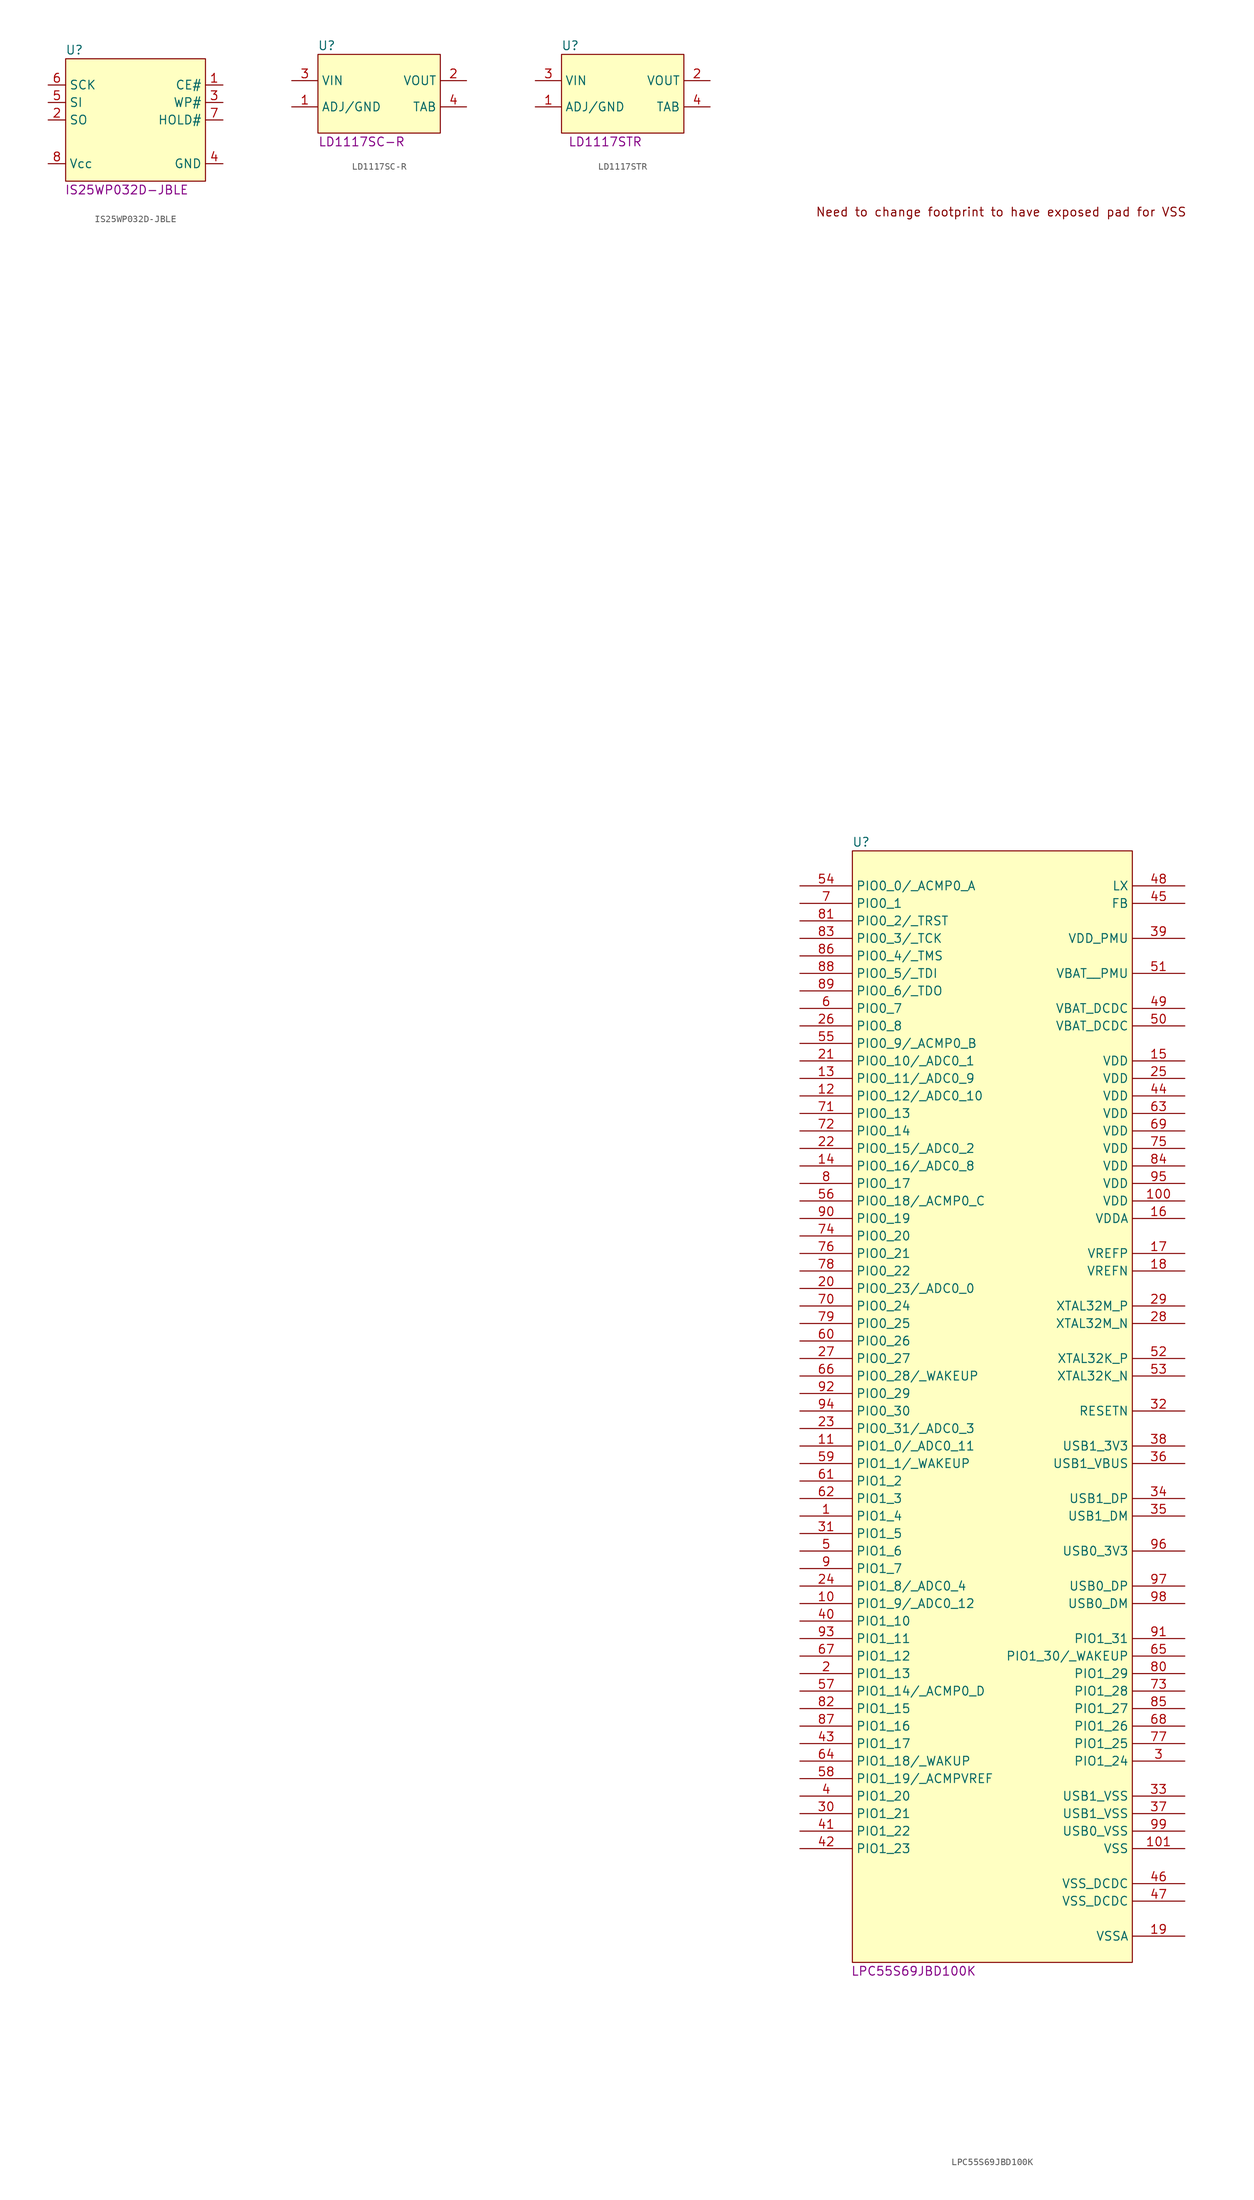
<source format=kicad_sym>
(kicad_symbol_lib
  (version 20231120)
  (generator "kicad_symbol_editor")
  (generator_version "8.0")
  (symbol "IS25WP032D-JBLE"
    (property "Reference" "U"
      (at -8.89 5.08 0)
      (effects (font (size 1.27 1.27))))
    (property "Display Value" "IS25WP032D-JBLE"
      (at -1.27 -15.24 0)
      (effects (font (size 1.27 1.27))))
    (symbol "IS25WP032D-JBLE_1_1"
      (rectangle (start -10.16 3.81) (end 10.16 -13.97) (stroke (width 0) (type default)) (fill (type background)))
      (pin unspecified line (at 12.7 0 180) (length 2.54) (name "CE#" (effects (font (size 1.27 1.27)))) (number "1" (effects (font (size 1.27 1.27)))))
      (pin unspecified line (at -12.7 -5.08 0) (length 2.54) (name "SO" (effects (font (size 1.27 1.27)))) (number "2" (effects (font (size 1.27 1.27)))))
      (pin unspecified line (at 12.7 -2.54 180) (length 2.54) (name "WP#" (effects (font (size 1.27 1.27)))) (number "3" (effects (font (size 1.27 1.27)))))
      (pin unspecified line (at 12.7 -11.43 180) (length 2.54) (name "GND" (effects (font (size 1.27 1.27)))) (number "4" (effects (font (size 1.27 1.27)))))
      (pin unspecified line (at -12.7 -2.54 0) (length 2.54) (name "SI" (effects (font (size 1.27 1.27)))) (number "5" (effects (font (size 1.27 1.27)))))
      (pin unspecified line (at -12.7 0 0) (length 2.54) (name "SCK" (effects (font (size 1.27 1.27)))) (number "6" (effects (font (size 1.27 1.27)))))
      (pin unspecified line (at 12.7 -5.08 180) (length 2.54) (name "HOLD#" (effects (font (size 1.27 1.27)))) (number "7" (effects (font (size 1.27 1.27)))))
      (pin unspecified line (at -12.7 -11.43 0) (length 2.54) (name "Vcc" (effects (font (size 1.27 1.27)))) (number "8" (effects (font (size 1.27 1.27)))))))
  (symbol "LD1117SC-R"
    (property "Reference" "U"
      (at -7.62 6.35 0)
      (effects (font (size 1.27 1.27))))
    (property "Display Value" "LD1117SC-R"
      (at -2.54 -7.62 0)
      (effects (font (size 1.27 1.27))))
    (symbol "LD1117SC-R_1_1"
      (rectangle (start -8.89 5.08) (end 8.89 -6.35) (stroke (width 0) (type default)) (fill (type background)))
      (pin unspecified line (at -12.7 -2.54 0) (length 3.81) (name "ADJ/GND" (effects (font (size 1.27 1.27)))) (number "1" (effects (font (size 1.27 1.27)))))
      (pin unspecified line (at 12.7 1.27 180) (length 3.81) (name "VOUT" (effects (font (size 1.27 1.27)))) (number "2" (effects (font (size 1.27 1.27)))))
      (pin unspecified line (at -12.7 1.27 0) (length 3.81) (name "VIN" (effects (font (size 1.27 1.27)))) (number "3" (effects (font (size 1.27 1.27)))))
      (pin unspecified line (at 12.7 -2.54 180) (length 3.81) (name "TAB" (effects (font (size 1.27 1.27)))) (number "4" (effects (font (size 1.27 1.27)))))))
  (symbol "LD1117STR"
    (property "Reference" "U"
      (at -7.62 6.35 0)
      (effects (font (size 1.27 1.27))))
    (property "Display Value" "LD1117STR"
      (at -2.54 -7.62 0)
      (effects (font (size 1.27 1.27))))
    (symbol "LD1117STR_1_1"
      (rectangle (start -8.89 5.08) (end 8.89 -6.35) (stroke (width 0) (type default)) (fill (type background)))
      (pin unspecified line (at -12.7 -2.54 0) (length 3.81) (name "ADJ/GND" (effects (font (size 1.27 1.27)))) (number "1" (effects (font (size 1.27 1.27)))))
      (pin unspecified line (at 12.7 1.27 180) (length 3.81) (name "VOUT" (effects (font (size 1.27 1.27)))) (number "2" (effects (font (size 1.27 1.27)))))
      (pin unspecified line (at -12.7 1.27 0) (length 3.81) (name "VIN" (effects (font (size 1.27 1.27)))) (number "3" (effects (font (size 1.27 1.27)))))
      (pin unspecified line (at 12.7 -2.54 180) (length 3.81) (name "TAB" (effects (font (size 1.27 1.27)))) (number "4" (effects (font (size 1.27 1.27)))))))
  (symbol "LPC55S69JBD100K"
    (property "Reference" "U"
      (at -19.05 6.35 0)
      (effects (font (size 1.27 1.27))))
    (property "Display Value" "LPC55S69JBD100K"
      (at -11.43 -157.48 0)
      (effects (font (size 1.27 1.27))))
    (symbol "LPC55S69JBD100K_1_1"
      (rectangle (start -20.32 5.08) (end 20.32 -156.21) (stroke (width 0) (type default)) (fill (type background)))
      (text "Need to change footprint to have exposed pad for VSS\n" (at 1.27 97.79 0) (effects (font (size 1.27 1.27))))
      (pin unspecified line (at -27.94 -91.44 0) (length 7.62) (name "PIO1_4" (effects (font (size 1.27 1.27)))) (number "1" (effects (font (size 1.27 1.27)))))
      (pin unspecified line (at -27.94 -104.14 0) (length 7.62) (name "PIO1_9/_ADC0_12" (effects (font (size 1.27 1.27)))) (number "10" (effects (font (size 1.27 1.27)))))
      (pin unspecified line (at 27.94 -45.72 180) (length 7.62) (name "VDD" (effects (font (size 1.27 1.27)))) (number "100" (effects (font (size 1.27 1.27)))))
      (pin unspecified line (at 27.94 -139.7 180) (length 7.62) (name "VSS" (effects (font (size 1.27 1.27)))) (number "101" (effects (font (size 1.27 1.27)))))
      (pin unspecified line (at -27.94 -81.28 0) (length 7.62) (name "PIO1_0/_ADC0_11" (effects (font (size 1.27 1.27)))) (number "11" (effects (font (size 1.27 1.27)))))
      (pin unspecified line (at -27.94 -30.48 0) (length 7.62) (name "PIO0_12/_ADC0_10" (effects (font (size 1.27 1.27)))) (number "12" (effects (font (size 1.27 1.27)))))
      (pin unspecified line (at -27.94 -27.94 0) (length 7.62) (name "PIO0_11/_ADC0_9" (effects (font (size 1.27 1.27)))) (number "13" (effects (font (size 1.27 1.27)))))
      (pin unspecified line (at -27.94 -40.64 0) (length 7.62) (name "PIO0_16/_ADC0_8" (effects (font (size 1.27 1.27)))) (number "14" (effects (font (size 1.27 1.27)))))
      (pin unspecified line (at 27.94 -25.4 180) (length 7.62) (name "VDD" (effects (font (size 1.27 1.27)))) (number "15" (effects (font (size 1.27 1.27)))))
      (pin unspecified line (at 27.94 -48.26 180) (length 7.62) (name "VDDA" (effects (font (size 1.27 1.27)))) (number "16" (effects (font (size 1.27 1.27)))))
      (pin unspecified line (at 27.94 -53.34 180) (length 7.62) (name "VREFP" (effects (font (size 1.27 1.27)))) (number "17" (effects (font (size 1.27 1.27)))))
      (pin unspecified line (at 27.94 -55.88 180) (length 7.62) (name "VREFN" (effects (font (size 1.27 1.27)))) (number "18" (effects (font (size 1.27 1.27)))))
      (pin unspecified line (at 27.94 -152.4 180) (length 7.62) (name "VSSA" (effects (font (size 1.27 1.27)))) (number "19" (effects (font (size 1.27 1.27)))))
      (pin unspecified line (at -27.94 -114.3 0) (length 7.62) (name "PIO1_13" (effects (font (size 1.27 1.27)))) (number "2" (effects (font (size 1.27 1.27)))))
      (pin unspecified line (at -27.94 -58.42 0) (length 7.62) (name "PIO0_23/_ADC0_0" (effects (font (size 1.27 1.27)))) (number "20" (effects (font (size 1.27 1.27)))))
      (pin unspecified line (at -27.94 -25.4 0) (length 7.62) (name "PIO0_10/_ADC0_1" (effects (font (size 1.27 1.27)))) (number "21" (effects (font (size 1.27 1.27)))))
      (pin unspecified line (at -27.94 -38.1 0) (length 7.62) (name "PIO0_15/_ADC0_2" (effects (font (size 1.27 1.27)))) (number "22" (effects (font (size 1.27 1.27)))))
      (pin unspecified line (at -27.94 -78.74 0) (length 7.62) (name "PIO0_31/_ADC0_3" (effects (font (size 1.27 1.27)))) (number "23" (effects (font (size 1.27 1.27)))))
      (pin unspecified line (at -27.94 -101.6 0) (length 7.62) (name "PIO1_8/_ADC0_4" (effects (font (size 1.27 1.27)))) (number "24" (effects (font (size 1.27 1.27)))))
      (pin unspecified line (at 27.94 -27.94 180) (length 7.62) (name "VDD" (effects (font (size 1.27 1.27)))) (number "25" (effects (font (size 1.27 1.27)))))
      (pin unspecified line (at -27.94 -20.32 0) (length 7.62) (name "PIO0_8" (effects (font (size 1.27 1.27)))) (number "26" (effects (font (size 1.27 1.27)))))
      (pin unspecified line (at -27.94 -68.58 0) (length 7.62) (name "PIO0_27" (effects (font (size 1.27 1.27)))) (number "27" (effects (font (size 1.27 1.27)))))
      (pin unspecified line (at 27.94 -63.5 180) (length 7.62) (name "XTAL32M_N" (effects (font (size 1.27 1.27)))) (number "28" (effects (font (size 1.27 1.27)))))
      (pin unspecified line (at 27.94 -60.96 180) (length 7.62) (name "XTAL32M_P" (effects (font (size 1.27 1.27)))) (number "29" (effects (font (size 1.27 1.27)))))
      (pin unspecified line (at 27.94 -127 180) (length 7.62) (name "PIO1_24" (effects (font (size 1.27 1.27)))) (number "3" (effects (font (size 1.27 1.27)))))
      (pin unspecified line (at -27.94 -134.62 0) (length 7.62) (name "PIO1_21" (effects (font (size 1.27 1.27)))) (number "30" (effects (font (size 1.27 1.27)))))
      (pin unspecified line (at -27.94 -93.98 0) (length 7.62) (name "PIO1_5" (effects (font (size 1.27 1.27)))) (number "31" (effects (font (size 1.27 1.27)))))
      (pin unspecified line (at 27.94 -76.2 180) (length 7.62) (name "RESETN" (effects (font (size 1.27 1.27)))) (number "32" (effects (font (size 1.27 1.27)))))
      (pin unspecified line (at 27.94 -132.08 180) (length 7.62) (name "USB1_VSS" (effects (font (size 1.27 1.27)))) (number "33" (effects (font (size 1.27 1.27)))))
      (pin unspecified line (at 27.94 -88.9 180) (length 7.62) (name "USB1_DP" (effects (font (size 1.27 1.27)))) (number "34" (effects (font (size 1.27 1.27)))))
      (pin unspecified line (at 27.94 -91.44 180) (length 7.62) (name "USB1_DM" (effects (font (size 1.27 1.27)))) (number "35" (effects (font (size 1.27 1.27)))))
      (pin unspecified line (at 27.94 -83.82 180) (length 7.62) (name "USB1_VBUS" (effects (font (size 1.27 1.27)))) (number "36" (effects (font (size 1.27 1.27)))))
      (pin unspecified line (at 27.94 -134.62 180) (length 7.62) (name "USB1_VSS" (effects (font (size 1.27 1.27)))) (number "37" (effects (font (size 1.27 1.27)))))
      (pin unspecified line (at 27.94 -81.28 180) (length 7.62) (name "USB1_3V3" (effects (font (size 1.27 1.27)))) (number "38" (effects (font (size 1.27 1.27)))))
      (pin unspecified line (at 27.94 -7.62 180) (length 7.62) (name "VDD_PMU" (effects (font (size 1.27 1.27)))) (number "39" (effects (font (size 1.27 1.27)))))
      (pin unspecified line (at -27.94 -132.08 0) (length 7.62) (name "PIO1_20" (effects (font (size 1.27 1.27)))) (number "4" (effects (font (size 1.27 1.27)))))
      (pin unspecified line (at -27.94 -106.68 0) (length 7.62) (name "PIO1_10" (effects (font (size 1.27 1.27)))) (number "40" (effects (font (size 1.27 1.27)))))
      (pin unspecified line (at -27.94 -137.16 0) (length 7.62) (name "PIO1_22" (effects (font (size 1.27 1.27)))) (number "41" (effects (font (size 1.27 1.27)))))
      (pin unspecified line (at -27.94 -139.7 0) (length 7.62) (name "PIO1_23" (effects (font (size 1.27 1.27)))) (number "42" (effects (font (size 1.27 1.27)))))
      (pin unspecified line (at -27.94 -124.46 0) (length 7.62) (name "PIO1_17" (effects (font (size 1.27 1.27)))) (number "43" (effects (font (size 1.27 1.27)))))
      (pin unspecified line (at 27.94 -30.48 180) (length 7.62) (name "VDD" (effects (font (size 1.27 1.27)))) (number "44" (effects (font (size 1.27 1.27)))))
      (pin unspecified line (at 27.94 -2.54 180) (length 7.62) (name "FB" (effects (font (size 1.27 1.27)))) (number "45" (effects (font (size 1.27 1.27)))))
      (pin unspecified line (at 27.94 -144.78 180) (length 7.62) (name "VSS_DCDC" (effects (font (size 1.27 1.27)))) (number "46" (effects (font (size 1.27 1.27)))))
      (pin unspecified line (at 27.94 -147.32 180) (length 7.62) (name "VSS_DCDC" (effects (font (size 1.27 1.27)))) (number "47" (effects (font (size 1.27 1.27)))))
      (pin unspecified line (at 27.94 0 180) (length 7.62) (name "LX" (effects (font (size 1.27 1.27)))) (number "48" (effects (font (size 1.27 1.27)))))
      (pin unspecified line (at 27.94 -17.78 180) (length 7.62) (name "VBAT_DCDC" (effects (font (size 1.27 1.27)))) (number "49" (effects (font (size 1.27 1.27)))))
      (pin unspecified line (at -27.94 -96.52 0) (length 7.62) (name "PIO1_6" (effects (font (size 1.27 1.27)))) (number "5" (effects (font (size 1.27 1.27)))))
      (pin unspecified line (at 27.94 -20.32 180) (length 7.62) (name "VBAT_DCDC" (effects (font (size 1.27 1.27)))) (number "50" (effects (font (size 1.27 1.27)))))
      (pin unspecified line (at 27.94 -12.7 180) (length 7.62) (name "VBAT__PMU" (effects (font (size 1.27 1.27)))) (number "51" (effects (font (size 1.27 1.27)))))
      (pin unspecified line (at 27.94 -68.58 180) (length 7.62) (name "XTAL32K_P" (effects (font (size 1.27 1.27)))) (number "52" (effects (font (size 1.27 1.27)))))
      (pin unspecified line (at 27.94 -71.12 180) (length 7.62) (name "XTAL32K_N" (effects (font (size 1.27 1.27)))) (number "53" (effects (font (size 1.27 1.27)))))
      (pin unspecified line (at -27.94 0 0) (length 7.62) (name "PIO0_0/_ACMP0_A" (effects (font (size 1.27 1.27)))) (number "54" (effects (font (size 1.27 1.27)))))
      (pin unspecified line (at -27.94 -22.86 0) (length 7.62) (name "PIO0_9/_ACMP0_B" (effects (font (size 1.27 1.27)))) (number "55" (effects (font (size 1.27 1.27)))))
      (pin unspecified line (at -27.94 -45.72 0) (length 7.62) (name "PIO0_18/_ACMP0_C" (effects (font (size 1.27 1.27)))) (number "56" (effects (font (size 1.27 1.27)))))
      (pin unspecified line (at -27.94 -116.84 0) (length 7.62) (name "PIO1_14/_ACMP0_D" (effects (font (size 1.27 1.27)))) (number "57" (effects (font (size 1.27 1.27)))))
      (pin unspecified line (at -27.94 -129.54 0) (length 7.62) (name "PIO1_19/_ACMPVREF" (effects (font (size 1.27 1.27)))) (number "58" (effects (font (size 1.27 1.27)))))
      (pin unspecified line (at -27.94 -83.82 0) (length 7.62) (name "PIO1_1/_WAKEUP" (effects (font (size 1.27 1.27)))) (number "59" (effects (font (size 1.27 1.27)))))
      (pin unspecified line (at -27.94 -17.78 0) (length 7.62) (name "PIO0_7" (effects (font (size 1.27 1.27)))) (number "6" (effects (font (size 1.27 1.27)))))
      (pin unspecified line (at -27.94 -66.04 0) (length 7.62) (name "PIO0_26" (effects (font (size 1.27 1.27)))) (number "60" (effects (font (size 1.27 1.27)))))
      (pin unspecified line (at -27.94 -86.36 0) (length 7.62) (name "PIO1_2" (effects (font (size 1.27 1.27)))) (number "61" (effects (font (size 1.27 1.27)))))
      (pin unspecified line (at -27.94 -88.9 0) (length 7.62) (name "PIO1_3" (effects (font (size 1.27 1.27)))) (number "62" (effects (font (size 1.27 1.27)))))
      (pin unspecified line (at 27.94 -33.02 180) (length 7.62) (name "VDD" (effects (font (size 1.27 1.27)))) (number "63" (effects (font (size 1.27 1.27)))))
      (pin unspecified line (at -27.94 -127 0) (length 7.62) (name "PIO1_18/_WAKUP" (effects (font (size 1.27 1.27)))) (number "64" (effects (font (size 1.27 1.27)))))
      (pin unspecified line (at 27.94 -111.76 180) (length 7.62) (name "PIO1_30/_WAKEUP" (effects (font (size 1.27 1.27)))) (number "65" (effects (font (size 1.27 1.27)))))
      (pin unspecified line (at -27.94 -71.12 0) (length 7.62) (name "PIO0_28/_WAKEUP" (effects (font (size 1.27 1.27)))) (number "66" (effects (font (size 1.27 1.27)))))
      (pin unspecified line (at -27.94 -111.76 0) (length 7.62) (name "PIO1_12" (effects (font (size 1.27 1.27)))) (number "67" (effects (font (size 1.27 1.27)))))
      (pin unspecified line (at 27.94 -121.92 180) (length 7.62) (name "PIO1_26" (effects (font (size 1.27 1.27)))) (number "68" (effects (font (size 1.27 1.27)))))
      (pin unspecified line (at 27.94 -35.56 180) (length 7.62) (name "VDD" (effects (font (size 1.27 1.27)))) (number "69" (effects (font (size 1.27 1.27)))))
      (pin unspecified line (at -27.94 -2.54 0) (length 7.62) (name "PIO0_1" (effects (font (size 1.27 1.27)))) (number "7" (effects (font (size 1.27 1.27)))))
      (pin unspecified line (at -27.94 -60.96 0) (length 7.62) (name "PIO0_24" (effects (font (size 1.27 1.27)))) (number "70" (effects (font (size 1.27 1.27)))))
      (pin unspecified line (at -27.94 -33.02 0) (length 7.62) (name "PIO0_13" (effects (font (size 1.27 1.27)))) (number "71" (effects (font (size 1.27 1.27)))))
      (pin unspecified line (at -27.94 -35.56 0) (length 7.62) (name "PIO0_14" (effects (font (size 1.27 1.27)))) (number "72" (effects (font (size 1.27 1.27)))))
      (pin unspecified line (at 27.94 -116.84 180) (length 7.62) (name "PIO1_28" (effects (font (size 1.27 1.27)))) (number "73" (effects (font (size 1.27 1.27)))))
      (pin unspecified line (at -27.94 -50.8 0) (length 7.62) (name "PIO0_20" (effects (font (size 1.27 1.27)))) (number "74" (effects (font (size 1.27 1.27)))))
      (pin unspecified line (at 27.94 -38.1 180) (length 7.62) (name "VDD" (effects (font (size 1.27 1.27)))) (number "75" (effects (font (size 1.27 1.27)))))
      (pin unspecified line (at -27.94 -53.34 0) (length 7.62) (name "PIO0_21" (effects (font (size 1.27 1.27)))) (number "76" (effects (font (size 1.27 1.27)))))
      (pin unspecified line (at 27.94 -124.46 180) (length 7.62) (name "PIO1_25" (effects (font (size 1.27 1.27)))) (number "77" (effects (font (size 1.27 1.27)))))
      (pin unspecified line (at -27.94 -55.88 0) (length 7.62) (name "PIO0_22" (effects (font (size 1.27 1.27)))) (number "78" (effects (font (size 1.27 1.27)))))
      (pin unspecified line (at -27.94 -63.5 0) (length 7.62) (name "PIO0_25" (effects (font (size 1.27 1.27)))) (number "79" (effects (font (size 1.27 1.27)))))
      (pin unspecified line (at -27.94 -43.18 0) (length 7.62) (name "PIO0_17" (effects (font (size 1.27 1.27)))) (number "8" (effects (font (size 1.27 1.27)))))
      (pin unspecified line (at 27.94 -114.3 180) (length 7.62) (name "PIO1_29" (effects (font (size 1.27 1.27)))) (number "80" (effects (font (size 1.27 1.27)))))
      (pin unspecified line (at -27.94 -5.08 0) (length 7.62) (name "PIO0_2/_TRST" (effects (font (size 1.27 1.27)))) (number "81" (effects (font (size 1.27 1.27)))))
      (pin unspecified line (at -27.94 -119.38 0) (length 7.62) (name "PIO1_15" (effects (font (size 1.27 1.27)))) (number "82" (effects (font (size 1.27 1.27)))))
      (pin unspecified line (at -27.94 -7.62 0) (length 7.62) (name "PIO0_3/_TCK" (effects (font (size 1.27 1.27)))) (number "83" (effects (font (size 1.27 1.27)))))
      (pin unspecified line (at 27.94 -40.64 180) (length 7.62) (name "VDD" (effects (font (size 1.27 1.27)))) (number "84" (effects (font (size 1.27 1.27)))))
      (pin unspecified line (at 27.94 -119.38 180) (length 7.62) (name "PIO1_27" (effects (font (size 1.27 1.27)))) (number "85" (effects (font (size 1.27 1.27)))))
      (pin unspecified line (at -27.94 -10.16 0) (length 7.62) (name "PIO0_4/_TMS" (effects (font (size 1.27 1.27)))) (number "86" (effects (font (size 1.27 1.27)))))
      (pin unspecified line (at -27.94 -121.92 0) (length 7.62) (name "PIO1_16" (effects (font (size 1.27 1.27)))) (number "87" (effects (font (size 1.27 1.27)))))
      (pin unspecified line (at -27.94 -12.7 0) (length 7.62) (name "PIO0_5/_TDI" (effects (font (size 1.27 1.27)))) (number "88" (effects (font (size 1.27 1.27)))))
      (pin unspecified line (at -27.94 -15.24 0) (length 7.62) (name "PIO0_6/_TDO" (effects (font (size 1.27 1.27)))) (number "89" (effects (font (size 1.27 1.27)))))
      (pin unspecified line (at -27.94 -99.06 0) (length 7.62) (name "PIO1_7" (effects (font (size 1.27 1.27)))) (number "9" (effects (font (size 1.27 1.27)))))
      (pin unspecified line (at -27.94 -48.26 0) (length 7.62) (name "PIO0_19" (effects (font (size 1.27 1.27)))) (number "90" (effects (font (size 1.27 1.27)))))
      (pin unspecified line (at 27.94 -109.22 180) (length 7.62) (name "PIO1_31" (effects (font (size 1.27 1.27)))) (number "91" (effects (font (size 1.27 1.27)))))
      (pin unspecified line (at -27.94 -73.66 0) (length 7.62) (name "PIO0_29" (effects (font (size 1.27 1.27)))) (number "92" (effects (font (size 1.27 1.27)))))
      (pin unspecified line (at -27.94 -109.22 0) (length 7.62) (name "PIO1_11" (effects (font (size 1.27 1.27)))) (number "93" (effects (font (size 1.27 1.27)))))
      (pin unspecified line (at -27.94 -76.2 0) (length 7.62) (name "PIO0_30" (effects (font (size 1.27 1.27)))) (number "94" (effects (font (size 1.27 1.27)))))
      (pin unspecified line (at 27.94 -43.18 180) (length 7.62) (name "VDD" (effects (font (size 1.27 1.27)))) (number "95" (effects (font (size 1.27 1.27)))))
      (pin unspecified line (at 27.94 -96.52 180) (length 7.62) (name "USB0_3V3" (effects (font (size 1.27 1.27)))) (number "96" (effects (font (size 1.27 1.27)))))
      (pin unspecified line (at 27.94 -101.6 180) (length 7.62) (name "USB0_DP" (effects (font (size 1.27 1.27)))) (number "97" (effects (font (size 1.27 1.27)))))
      (pin unspecified line (at 27.94 -104.14 180) (length 7.62) (name "USB0_DM" (effects (font (size 1.27 1.27)))) (number "98" (effects (font (size 1.27 1.27)))))
      (pin unspecified line (at 27.94 -137.16 180) (length 7.62) (name "USB0_VSS" (effects (font (size 1.27 1.27)))) (number "99" (effects (font (size 1.27 1.27))))))))
</source>
